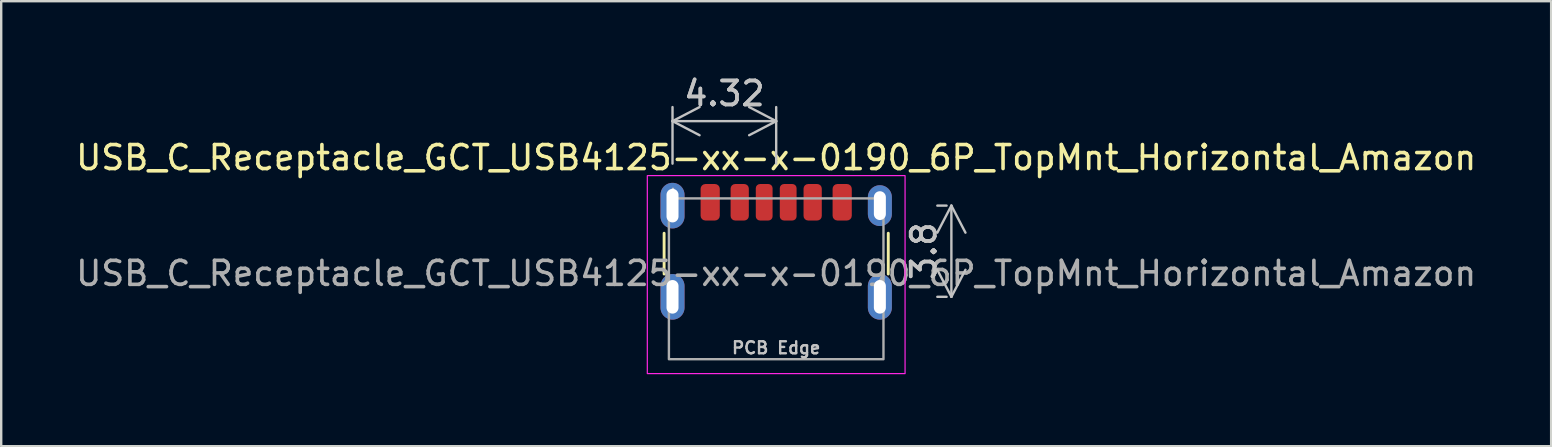
<source format=kicad_pcb>
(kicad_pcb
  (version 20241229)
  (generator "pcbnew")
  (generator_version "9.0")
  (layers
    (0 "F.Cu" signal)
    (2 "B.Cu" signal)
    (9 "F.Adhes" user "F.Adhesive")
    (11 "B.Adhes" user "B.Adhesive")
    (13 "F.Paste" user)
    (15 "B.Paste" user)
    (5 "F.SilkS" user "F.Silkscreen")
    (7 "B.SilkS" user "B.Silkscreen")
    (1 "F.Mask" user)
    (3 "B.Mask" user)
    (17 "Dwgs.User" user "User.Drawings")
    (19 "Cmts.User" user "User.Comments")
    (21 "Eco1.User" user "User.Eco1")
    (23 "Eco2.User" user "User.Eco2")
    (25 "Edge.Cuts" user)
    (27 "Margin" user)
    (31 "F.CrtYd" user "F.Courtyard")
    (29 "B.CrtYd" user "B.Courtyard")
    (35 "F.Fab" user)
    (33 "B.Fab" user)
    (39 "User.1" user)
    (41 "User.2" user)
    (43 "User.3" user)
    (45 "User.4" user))
  (footprint "USB_C_Receptacle_GCT_USB4125-xx-x-0190_6P_TopMnt_Horizontal_Amazon"
    (layer "F.Cu")
    (at 29.292 8.618)
    (property "Reference" "USB_C_Receptacle_GCT_USB4125-xx-x-0190_6P_TopMnt_Horizontal_Amazon" (at 0 -5.1 0) (unlocked yes) (layer "F.SilkS") (effects (font (size 1 1) (thickness 0.15))))
    (attr smd)
    (fp_line (start -4.67 -0.25) (end -4.67 -1.95) (stroke (width 0.12) (type solid)) (layer "F.SilkS"))
    (fp_line (start 4.67 -0.25) (end 4.67 -1.95) (stroke (width 0.12) (type solid)) (layer "F.SilkS"))
    (fp_line (start -4.3 -3.8) (end -4.3 -3.1) (stroke (width 0.1) (type default)) (layer "Dwgs.User"))
    (fp_rect (start -5.37 -4.35) (end 5.37 3.9) (stroke (width 0.05) (type solid)) (fill no) (layer "F.CrtYd"))
    (fp_rect (start -4.47 -3.4) (end 4.47 3.3) (stroke (width 0.1) (type solid)) (fill no) (layer "F.Fab"))
    (fp_text user "PCB Edge" (at 0 2.825 0) (unlocked yes) (layer "Dwgs.User") (effects (font (size 0.5 0.5) (thickness 0.1))))
    (fp_text user "${REFERENCE}" (at 0 -0.275 0) (unlocked yes) (layer "F.Fab") (effects (font (size 1 1) (thickness 0.15))))
    (dimension (type orthogonal) (layer "Dwgs.User") (pts (xy 36.892 5.518) (xy 36.892 9.318)) (height -0.3) (orientation 1) (format (prefix "") (suffix "") (units 3) (units_format 0) (precision 4) (suppress_zeroes yes)) (style (thickness 0.1) (arrow_length 1.27) (text_position_mode 0) (arrow_direction outward) (extension_height 0.586) (extension_offset 0.5) (keep_text_aligned yes)) (gr_text "3.8" (at 35.442 7.418 90) (layer "Dwgs.User") (effects (font (size 1 1) (thickness 0.15)))))
    (dimension (type orthogonal) (layer "Dwgs.User") (pts (xy 29.292 4.268) (xy 24.972 4.268)) (height -2.27) (orientation 0) (format (prefix "") (suffix "") (units 3) (units_format 0) (precision 4) (suppress_zeroes yes)) (style (thickness 0.1) (arrow_length 1.27) (text_position_mode 0) (arrow_direction outward) (extension_height 0.586) (extension_offset 0.5) (keep_text_aligned yes)) (gr_text "4.32" (at 27.132 0.848 0) (layer "Dwgs.User") (effects (font (size 1 1) (thickness 0.15)))))
    (pad "A5" smd roundrect (at -0.5 -3.24) (size 0.7 1.52) (layers "F.Cu" "F.Mask" "F.Paste") (roundrect_rratio 0.25))
    (pad "A9" smd roundrect (at 1.52 -3.24 180) (size 0.76 1.52) (layers "F.Cu" "F.Mask" "F.Paste") (roundrect_rratio 0.25))
    (pad "A12" smd roundrect (at 2.75 -3.24 180) (size 0.8 1.52) (layers "F.Cu" "F.Mask" "F.Paste") (roundrect_rratio 0.25))
    (pad "B5" smd roundrect (at 0.5 -3.24 180) (size 0.7 1.52) (layers "F.Cu" "F.Mask" "F.Paste") (roundrect_rratio 0.25))
    (pad "B9" smd roundrect (at -1.52 -3.24) (size 0.76 1.52) (layers "F.Cu" "F.Mask" "F.Paste") (roundrect_rratio 0.25))
    (pad "B12" smd roundrect (at -2.75 -3.24) (size 0.8 1.52) (layers "F.Cu" "F.Mask" "F.Paste") (roundrect_rratio 0.25))
    (pad "S1" thru_hole oval (at -4.32 -3.1) (size 1 1.9) (drill oval 0.5 1.4) (property pad_prop_heatsink) (layers "*.Cu" "*.Mask" "F.Paste"))
    (pad "S1" thru_hole oval (at -4.32 0.7) (size 1 1.9) (drill oval 0.5 1.4) (property pad_prop_heatsink) (layers "*.Cu" "*.Mask" "F.Paste"))
    (pad "S1" thru_hole oval (at 4.32 -3.1) (size 1 1.7) (drill oval 0.5 1.2) (property pad_prop_heatsink) (layers "*.Cu" "*.Mask" "F.Paste"))
    (pad "S1" thru_hole oval (at 4.32 0.7) (size 1 1.9) (drill oval 0.5 1.4) (property pad_prop_heatsink) (layers "*.Cu" "*.Mask" "F.Paste")))
  (gr_rect
    (start -3 -3)
    (end 61.583 15.543)
    (stroke (width 0.1) (type default))
    (fill no)
    (layer "Edge.Cuts")))
</source>
